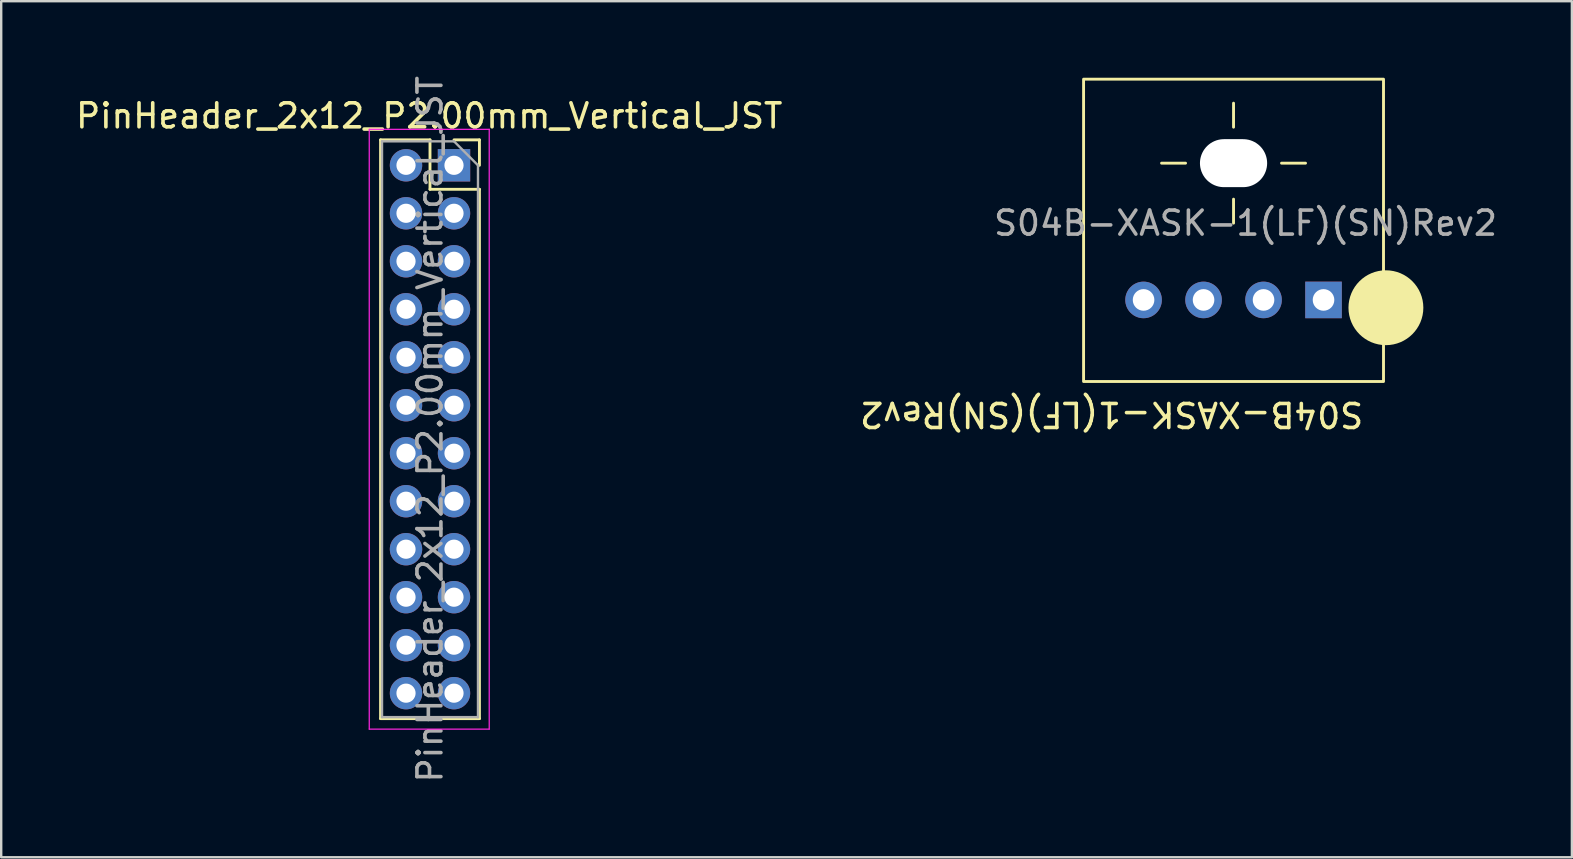
<source format=kicad_pcb>
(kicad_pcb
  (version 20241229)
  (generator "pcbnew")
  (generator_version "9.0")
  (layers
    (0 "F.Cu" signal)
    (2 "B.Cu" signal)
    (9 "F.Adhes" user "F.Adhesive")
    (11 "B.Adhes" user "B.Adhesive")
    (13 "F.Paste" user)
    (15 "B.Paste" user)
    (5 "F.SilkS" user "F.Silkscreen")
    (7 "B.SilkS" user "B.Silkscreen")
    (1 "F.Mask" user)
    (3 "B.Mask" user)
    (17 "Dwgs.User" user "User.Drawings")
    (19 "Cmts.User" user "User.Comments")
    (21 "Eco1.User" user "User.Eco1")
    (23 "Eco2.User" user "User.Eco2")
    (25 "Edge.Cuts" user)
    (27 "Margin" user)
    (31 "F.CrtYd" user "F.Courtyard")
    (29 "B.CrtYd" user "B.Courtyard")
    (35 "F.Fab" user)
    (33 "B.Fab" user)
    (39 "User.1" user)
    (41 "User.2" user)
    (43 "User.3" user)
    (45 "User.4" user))
  (footprint "S04B-XASK-1(LF)(SN)Rev2"
    (layer "F.Cu")
    (at 48.36 0.25)
    (property "Reference" "S04B-XASK-1(LF)(SN)Rev2" (at -5.08 13.97 180) (unlocked yes) (layer "F.SilkS") (effects (font (size 1 1) (thickness 0.15))))
    (attr through_hole)
    (fp_line (start -2 3.5) (end -3 3.5) (stroke (width 0.12) (type solid)) (layer "F.SilkS"))
    (fp_line (start 0 2) (end 0 1) (stroke (width 0.12) (type solid)) (layer "F.SilkS"))
    (fp_line (start 0 5) (end 0 6) (stroke (width 0.12) (type solid)) (layer "F.SilkS"))
    (fp_line (start 2 3.5) (end 3 3.5) (stroke (width 0.12) (type solid)) (layer "F.SilkS"))
    (fp_rect (start -6.25 0) (end 6.25 12.6) (stroke (width 0.12) (type solid)) (fill no) (layer "F.SilkS"))
    (fp_circle (center 6.35 9.525) (end 7.85 9.525) (stroke (width 0.12) (type solid)) (fill yes) (layer "F.SilkS"))
    (fp_text user "${REFERENCE}" (at 0.5 6 0) (unlocked yes) (layer "F.Fab") (effects (font (size 1 1) (thickness 0.15))))
    (pad "" np_thru_hole oval (at 0 3.5) (size 2.8 2) (drill oval 2.8 2) (layers "*.Cu" "*.Mask"))
    (pad "1" thru_hole rect (at 3.75 9.2) (size 1.524 1.524) (drill 0.9) (layers "*.Cu" "*.Mask"))
    (pad "2" thru_hole circle (at 1.25 9.2) (size 1.524 1.524) (drill 0.9) (layers "*.Cu" "*.Mask"))
    (pad "3" thru_hole circle (at -1.25 9.2) (size 1.524 1.524) (drill 0.9) (layers "*.Cu" "*.Mask"))
    (pad "4" thru_hole circle (at -3.75 9.2) (size 1.524 1.524) (drill 0.9) (layers "*.Cu" "*.Mask")))
  (footprint "PinHeader_2x12_P2.00mm_Vertical_JST"
    (layer "F.Cu")
    (at 13.839 3.839)
    (property "Reference" "PinHeader_2x12_P2.00mm_Vertical_JST" (at 1 -2.06 0) (layer "F.SilkS") (effects (font (size 1 1) (thickness 0.15))))
    (attr through_hole)
    (fp_line (start -1.028 -1.06) (end -1.028 23.06) (stroke (width 0.12) (type solid)) (layer "F.SilkS"))
    (fp_line (start 1.032 -1.06) (end -1.028 -1.06) (stroke (width 0.12) (type solid)) (layer "F.SilkS"))
    (fp_line (start 1.032 1) (end 1.032 -1.06) (stroke (width 0.12) (type solid)) (layer "F.SilkS"))
    (fp_line (start 3.092 -1.06) (end 2.032 -1.06) (stroke (width 0.12) (type solid)) (layer "F.SilkS"))
    (fp_line (start 3.092 0) (end 3.092 -1.06) (stroke (width 0.12) (type solid)) (layer "F.SilkS"))
    (fp_line (start 3.092 1) (end 1.032 1) (stroke (width 0.12) (type solid)) (layer "F.SilkS"))
    (fp_line (start 3.092 1) (end 3.092 23.06) (stroke (width 0.12) (type solid)) (layer "F.SilkS"))
    (fp_line (start 3.092 23.06) (end -1.028 23.06) (stroke (width 0.12) (type solid)) (layer "F.SilkS"))
    (fp_line (start -1.5 -1.5) (end -1.5 23.5) (stroke (width 0.05) (type solid)) (layer "F.CrtYd"))
    (fp_line (start -1.5 23.5) (end 3.5 23.5) (stroke (width 0.05) (type solid)) (layer "F.CrtYd"))
    (fp_line (start 3.5 -1.5) (end -1.5 -1.5) (stroke (width 0.05) (type solid)) (layer "F.CrtYd"))
    (fp_line (start 3.5 23.5) (end 3.5 -1.5) (stroke (width 0.05) (type solid)) (layer "F.CrtYd"))
    (fp_line (start -0.968 -1) (end -0.968 23) (stroke (width 0.1) (type solid)) (layer "F.Fab"))
    (fp_line (start -0.968 23) (end 3.032 23) (stroke (width 0.1) (type solid)) (layer "F.Fab"))
    (fp_line (start 2.032 -1) (end -0.968 -1) (stroke (width 0.1) (type solid)) (layer "F.Fab"))
    (fp_line (start 3.032 0) (end 2.032 -1) (stroke (width 0.1) (type solid)) (layer "F.Fab"))
    (fp_line (start 3.032 23) (end 3.032 0) (stroke (width 0.1) (type solid)) (layer "F.Fab"))
    (fp_text user "${REFERENCE}" (at 1.032 11 90) (layer "F.Fab") (effects (font (size 1 1) (thickness 0.15))))
    (pad "1" thru_hole rect (at 2.032 0) (size 1.35 1.35) (drill 0.8) (layers "*.Cu" "*.Mask"))
    (pad "2" thru_hole oval (at 0.032 0) (size 1.35 1.35) (drill 0.8) (layers "*.Cu" "*.Mask"))
    (pad "3" thru_hole oval (at 2.032 2) (size 1.35 1.35) (drill 0.8) (layers "*.Cu" "*.Mask"))
    (pad "4" thru_hole oval (at 0.032 2) (size 1.35 1.35) (drill 0.8) (layers "*.Cu" "*.Mask"))
    (pad "5" thru_hole oval (at 2.032 4) (size 1.35 1.35) (drill 0.8) (layers "*.Cu" "*.Mask"))
    (pad "6" thru_hole oval (at 0.032 4) (size 1.35 1.35) (drill 0.8) (layers "*.Cu" "*.Mask"))
    (pad "7" thru_hole oval (at 2.032 6) (size 1.35 1.35) (drill 0.8) (layers "*.Cu" "*.Mask"))
    (pad "8" thru_hole oval (at 0.032 6) (size 1.35 1.35) (drill 0.8) (layers "*.Cu" "*.Mask"))
    (pad "9" thru_hole oval (at 2.032 8) (size 1.35 1.35) (drill 0.8) (layers "*.Cu" "*.Mask"))
    (pad "10" thru_hole oval (at 0.032 8) (size 1.35 1.35) (drill 0.8) (layers "*.Cu" "*.Mask"))
    (pad "11" thru_hole oval (at 2.032 10) (size 1.35 1.35) (drill 0.8) (layers "*.Cu" "*.Mask"))
    (pad "12" thru_hole oval (at 0.032 10) (size 1.35 1.35) (drill 0.8) (layers "*.Cu" "*.Mask"))
    (pad "13" thru_hole oval (at 2.032 12) (size 1.35 1.35) (drill 0.8) (layers "*.Cu" "*.Mask"))
    (pad "14" thru_hole oval (at 0.032 12) (size 1.35 1.35) (drill 0.8) (layers "*.Cu" "*.Mask"))
    (pad "15" thru_hole oval (at 2.032 14) (size 1.35 1.35) (drill 0.8) (layers "*.Cu" "*.Mask"))
    (pad "16" thru_hole oval (at 0.032 14) (size 1.35 1.35) (drill 0.8) (layers "*.Cu" "*.Mask"))
    (pad "17" thru_hole oval (at 2.032 16) (size 1.35 1.35) (drill 0.8) (layers "*.Cu" "*.Mask"))
    (pad "18" thru_hole oval (at 0.032 16) (size 1.35 1.35) (drill 0.8) (layers "*.Cu" "*.Mask"))
    (pad "19" thru_hole oval (at 2.032 18) (size 1.35 1.35) (drill 0.8) (layers "*.Cu" "*.Mask"))
    (pad "20" thru_hole oval (at 0.032 18) (size 1.35 1.35) (drill 0.8) (layers "*.Cu" "*.Mask"))
    (pad "21" thru_hole oval (at 2.032 20) (size 1.35 1.35) (drill 0.8) (layers "*.Cu" "*.Mask"))
    (pad "22" thru_hole oval (at 0.032 20) (size 1.35 1.35) (drill 0.8) (layers "*.Cu" "*.Mask"))
    (pad "23" thru_hole oval (at 2.032 22) (size 1.35 1.35) (drill 0.8) (layers "*.Cu" "*.Mask"))
    (pad "24" thru_hole oval (at 0.032 22) (size 1.35 1.35) (drill 0.8) (layers "*.Cu" "*.Mask")))
  (gr_rect
    (start -3 -3)
    (end 62.461 32.679)
    (stroke (width 0.1) (type default))
    (fill no)
    (layer "Edge.Cuts")))
</source>
